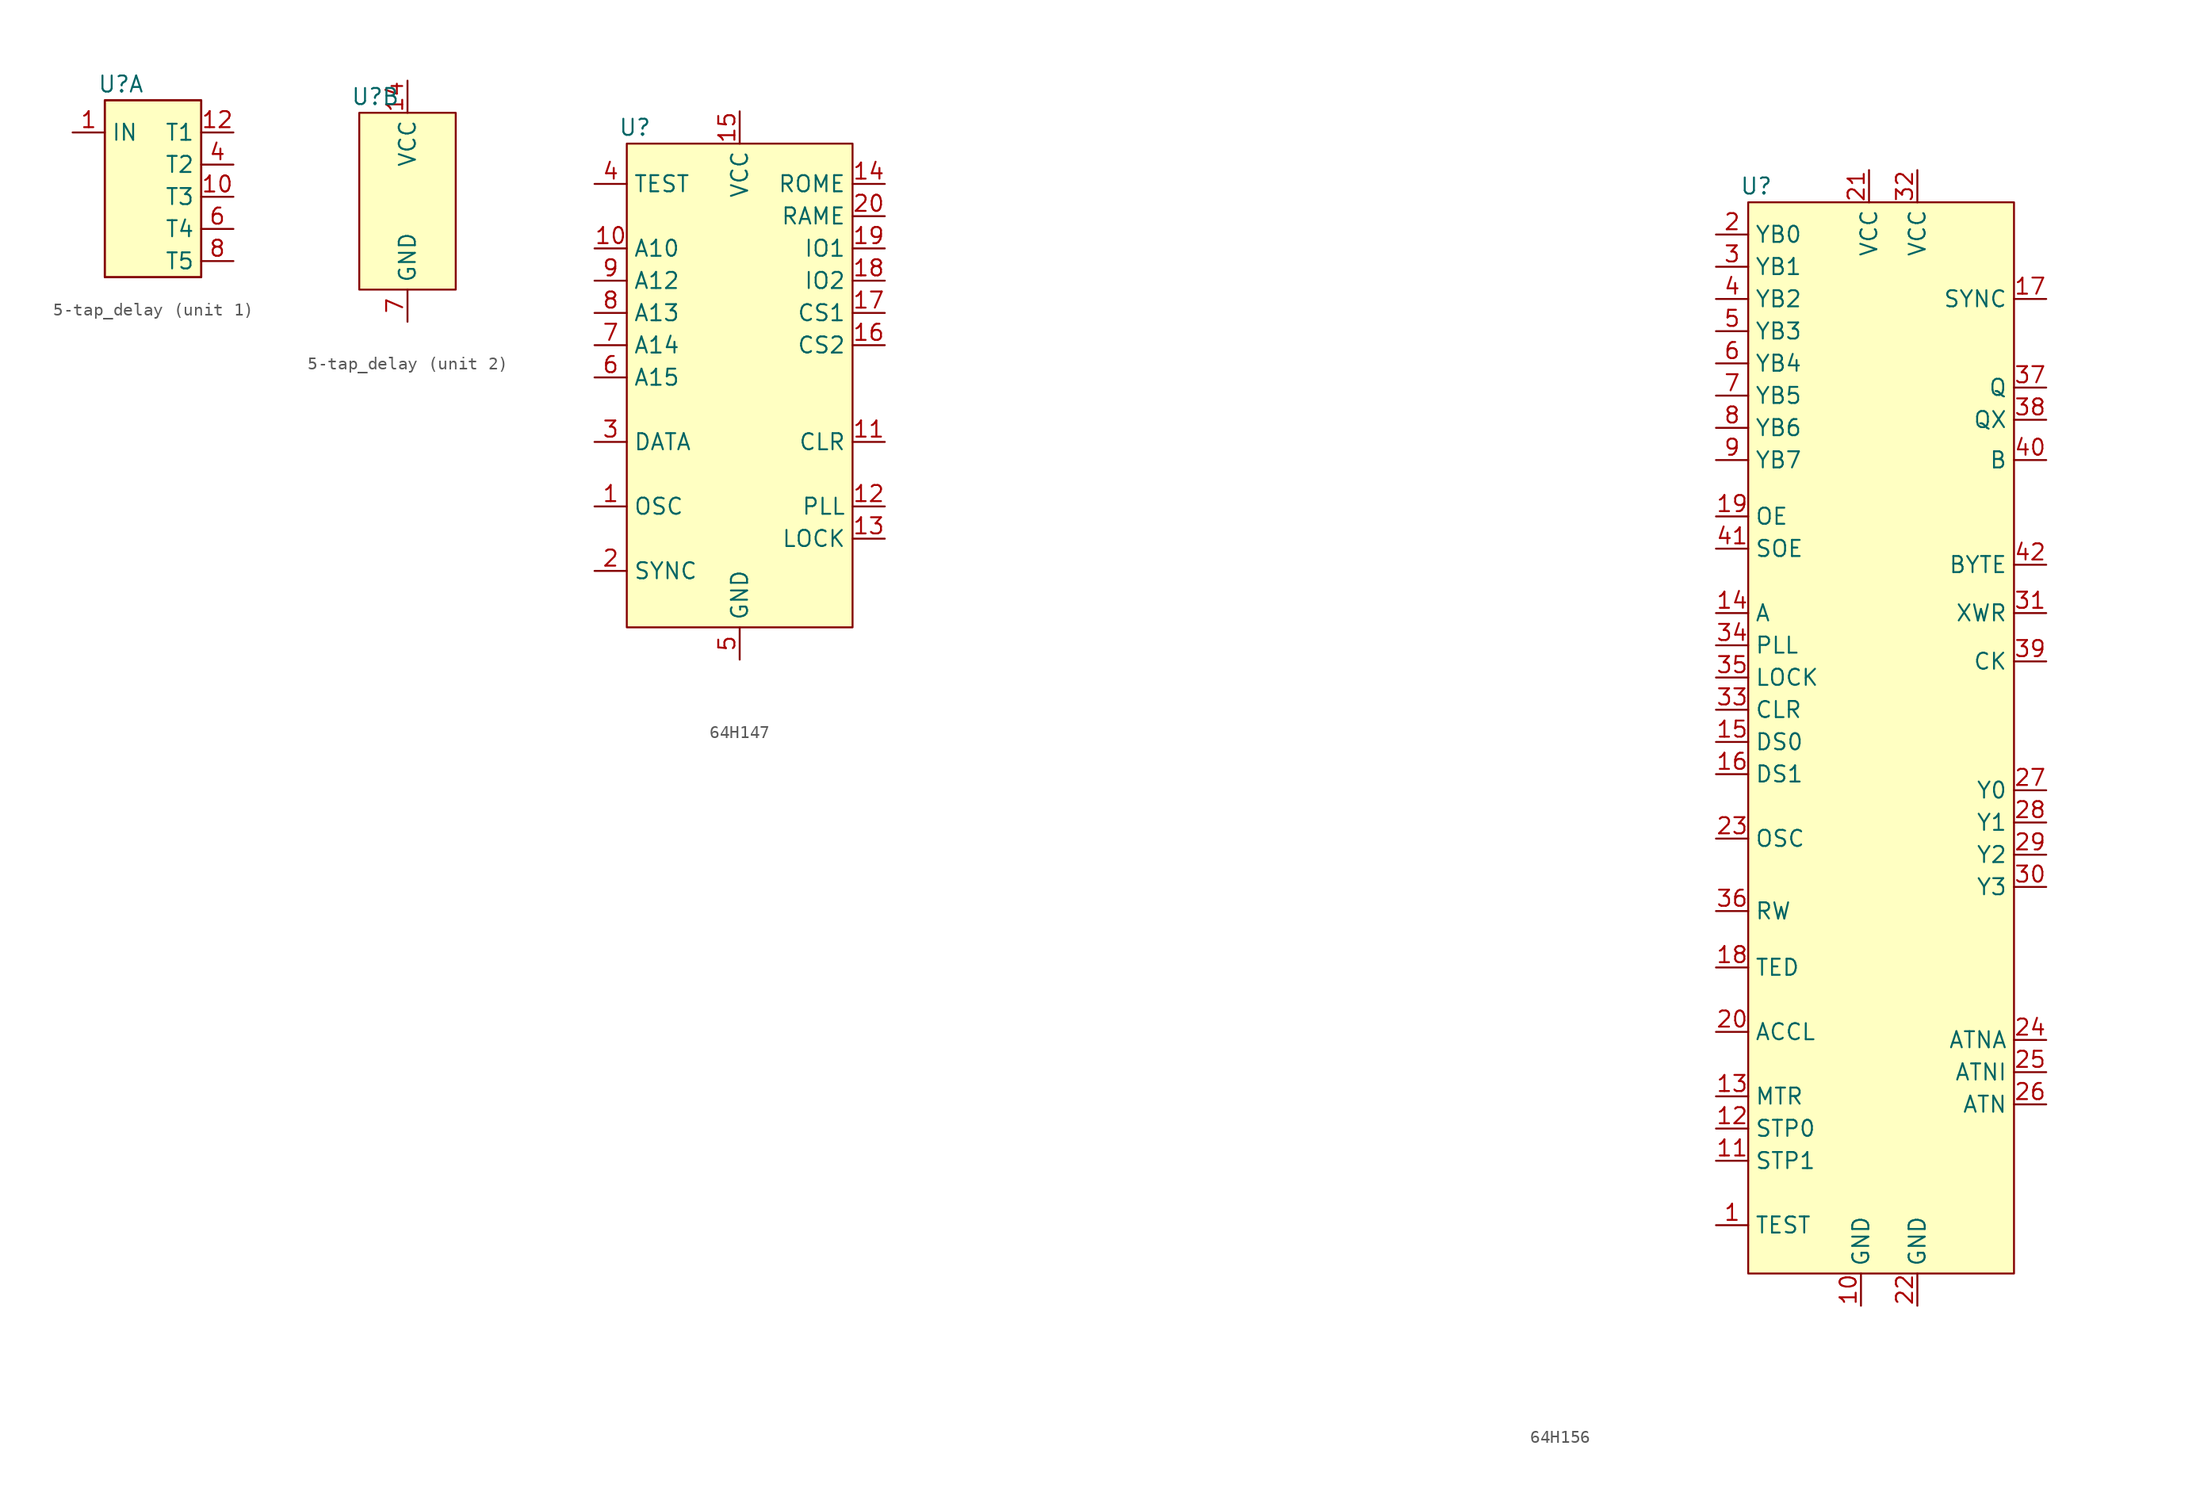
<source format=kicad_sym>
(kicad_symbol_lib
  (version 20220914)
  (generator kicad_symbol_editor)
  (symbol "5-tap_delay"
    (property "Reference" "U"
      (at -2.54 8.89 0)
      (effects (font (size 1.27 1.27))))
    (property "Value" ""
      (at 0 0 0)
      (effects (font (size 1.27 1.27))))
    (property "ki_locked" ""
      (at 0 0 0)
      (effects (font (size 1.27 1.27))))
    (symbol "5-tap_delay_0_1"
      (rectangle (start -3.81 7.62) (end 3.81 -6.35) (stroke (width 0) (type default)) (fill (type background))))
    (symbol "5-tap_delay_1_0"
      (pin passive line (at -6.35 5.08 0) (length 2.54) (name "IN" (effects (font (size 1.27 1.27)))) (number "1" (effects (font (size 1.27 1.27)))))
      (pin passive line (at 6.35 0 180) (length 2.54) (name "T3" (effects (font (size 1.27 1.27)))) (number "10" (effects (font (size 1.27 1.27)))))
      (pin no_connect line (at -6.35 -2.54 0) (length 2.54) hide (name "NC" (effects (font (size 1.27 1.27)))) (number "11" (effects (font (size 1.27 1.27)))))
      (pin passive line (at 6.35 5.08 180) (length 2.54) (name "T1" (effects (font (size 1.27 1.27)))) (number "12" (effects (font (size 1.27 1.27)))))
      (pin no_connect line (at -6.35 -2.54 0) (length 2.54) hide (name "NC" (effects (font (size 1.27 1.27)))) (number "13" (effects (font (size 1.27 1.27)))))
      (pin no_connect line (at -6.35 -2.54 0) (length 2.54) hide (name "NC" (effects (font (size 1.27 1.27)))) (number "2" (effects (font (size 1.27 1.27)))))
      (pin no_connect line (at -6.35 -2.54 0) (length 2.54) hide (name "NC" (effects (font (size 1.27 1.27)))) (number "3" (effects (font (size 1.27 1.27)))))
      (pin passive line (at 6.35 2.54 180) (length 2.54) (name "T2" (effects (font (size 1.27 1.27)))) (number "4" (effects (font (size 1.27 1.27)))))
      (pin no_connect line (at -6.35 -2.54 0) (length 2.54) hide (name "NC" (effects (font (size 1.27 1.27)))) (number "5" (effects (font (size 1.27 1.27)))))
      (pin passive line (at 6.35 -2.54 180) (length 2.54) (name "T4" (effects (font (size 1.27 1.27)))) (number "6" (effects (font (size 1.27 1.27)))))
      (pin passive line (at 6.35 -5.08 180) (length 2.54) (name "T5" (effects (font (size 1.27 1.27)))) (number "8" (effects (font (size 1.27 1.27)))))
      (pin no_connect line (at -6.35 -2.54 0) (length 2.54) hide (name "NC" (effects (font (size 1.27 1.27)))) (number "9" (effects (font (size 1.27 1.27))))))
    (symbol "5-tap_delay_1_1"
      (rectangle (start -3.81 7.62) (end 3.81 -6.35) (stroke (width 0) (type default)) (fill (type background))))
    (symbol "5-tap_delay_2_0"
      (pin power_in line (at 0 10.16 270) (length 2.54) (name "VCC" (effects (font (size 1.27 1.27)))) (number "14" (effects (font (size 1.27 1.27)))))
      (pin power_in line (at 0 -8.89 90) (length 2.54) (name "GND" (effects (font (size 1.27 1.27)))) (number "7" (effects (font (size 1.27 1.27)))))))
  (symbol "64H147"
    (property "Reference" "U"
      (at -8.255 23.495 0)
      (effects (font (size 1.27 1.27))))
    (property "Value" ""
      (at 0 0 0)
      (effects (font (size 1.27 1.27))))
    (symbol "64H147_1_0"
      (pin input line (at -11.43 -6.35 0) (length 2.54) (name "OSC" (effects (font (size 1.27 1.27)))) (number "1" (effects (font (size 1.27 1.27)))))
      (pin input line (at -11.43 13.97 0) (length 2.54) (name "A10" (effects (font (size 1.27 1.27)))) (number "10" (effects (font (size 1.27 1.27)))))
      (pin output line (at 11.43 -1.27 180) (length 2.54) (name "CLR" (effects (font (size 1.27 1.27)))) (number "11" (effects (font (size 1.27 1.27)))))
      (pin output line (at 11.43 -6.35 180) (length 2.54) (name "PLL" (effects (font (size 1.27 1.27)))) (number "12" (effects (font (size 1.27 1.27)))))
      (pin output line (at 11.43 -8.89 180) (length 2.54) (name "LOCK" (effects (font (size 1.27 1.27)))) (number "13" (effects (font (size 1.27 1.27)))))
      (pin output line (at 11.43 19.05 180) (length 2.54) (name "ROME" (effects (font (size 1.27 1.27)))) (number "14" (effects (font (size 1.27 1.27)))))
      (pin power_in line (at 0 24.765 270) (length 2.54) (name "VCC" (effects (font (size 1.27 1.27)))) (number "15" (effects (font (size 1.27 1.27)))))
      (pin output line (at 11.43 6.35 180) (length 2.54) (name "CS2" (effects (font (size 1.27 1.27)))) (number "16" (effects (font (size 1.27 1.27)))))
      (pin output line (at 11.43 8.89 180) (length 2.54) (name "CS1" (effects (font (size 1.27 1.27)))) (number "17" (effects (font (size 1.27 1.27)))))
      (pin output line (at 11.43 11.43 180) (length 2.54) (name "IO2" (effects (font (size 1.27 1.27)))) (number "18" (effects (font (size 1.27 1.27)))))
      (pin output line (at 11.43 13.97 180) (length 2.54) (name "IO1" (effects (font (size 1.27 1.27)))) (number "19" (effects (font (size 1.27 1.27)))))
      (pin input line (at -11.43 -11.43 0) (length 2.54) (name "SYNC" (effects (font (size 1.27 1.27)))) (number "2" (effects (font (size 1.27 1.27)))))
      (pin output line (at 11.43 16.51 180) (length 2.54) (name "RAME" (effects (font (size 1.27 1.27)))) (number "20" (effects (font (size 1.27 1.27)))))
      (pin input line (at -11.43 -1.27 0) (length 2.54) (name "DATA" (effects (font (size 1.27 1.27)))) (number "3" (effects (font (size 1.27 1.27)))))
      (pin input line (at -11.43 19.05 0) (length 2.54) (name "TEST" (effects (font (size 1.27 1.27)))) (number "4" (effects (font (size 1.27 1.27)))))
      (pin power_in line (at 0 -18.415 90) (length 2.54) (name "GND" (effects (font (size 1.27 1.27)))) (number "5" (effects (font (size 1.27 1.27)))))
      (pin input line (at -11.43 3.81 0) (length 2.54) (name "A15" (effects (font (size 1.27 1.27)))) (number "6" (effects (font (size 1.27 1.27)))))
      (pin input line (at -11.43 6.35 0) (length 2.54) (name "A14" (effects (font (size 1.27 1.27)))) (number "7" (effects (font (size 1.27 1.27)))))
      (pin input line (at -11.43 8.89 0) (length 2.54) (name "A13" (effects (font (size 1.27 1.27)))) (number "8" (effects (font (size 1.27 1.27)))))
      (pin input line (at -11.43 11.43 0) (length 2.54) (name "A12" (effects (font (size 1.27 1.27)))) (number "9" (effects (font (size 1.27 1.27))))))
    (symbol "64H147_1_1"
      (rectangle (start -8.89 22.225) (end 8.89 -15.875) (stroke (width 0) (type default)) (fill (type background)))))
  (symbol "64H156"
    (property "Reference" "U"
      (at -10.16 48.895 0)
      (effects (font (size 1.27 1.27))))
    (property "Value" ""
      (at -64.135 43.815 0)
      (effects (font (size 1.27 1.27))))
    (symbol "64H156_1_0"
      (pin input line (at -13.335 -33.02 0) (length 2.54) (name "TEST" (effects (font (size 1.27 1.27)))) (number "1" (effects (font (size 1.27 1.27)))))
      (pin power_in line (at -1.905 -39.37 90) (length 2.54) (name "GND" (effects (font (size 1.27 1.27)))) (number "10" (effects (font (size 1.27 1.27)))))
      (pin input line (at -13.335 -27.94 0) (length 2.54) (name "STP1" (effects (font (size 1.27 1.27)))) (number "11" (effects (font (size 1.27 1.27)))))
      (pin input line (at -13.335 -25.4 0) (length 2.54) (name "STP0" (effects (font (size 1.27 1.27)))) (number "12" (effects (font (size 1.27 1.27)))))
      (pin input line (at -13.335 -22.86 0) (length 2.54) (name "MTR" (effects (font (size 1.27 1.27)))) (number "13" (effects (font (size 1.27 1.27)))))
      (pin input line (at -13.335 15.24 0) (length 2.54) (name "A" (effects (font (size 1.27 1.27)))) (number "14" (effects (font (size 1.27 1.27)))))
      (pin input line (at -13.335 5.08 0) (length 2.54) (name "DS0" (effects (font (size 1.27 1.27)))) (number "15" (effects (font (size 1.27 1.27)))))
      (pin input line (at -13.335 2.54 0) (length 2.54) (name "DS1" (effects (font (size 1.27 1.27)))) (number "16" (effects (font (size 1.27 1.27)))))
      (pin output line (at 12.7 40.005 180) (length 2.54) (name "SYNC" (effects (font (size 1.27 1.27)))) (number "17" (effects (font (size 1.27 1.27)))))
      (pin input line (at -13.335 -12.7 0) (length 2.54) (name "TED" (effects (font (size 1.27 1.27)))) (number "18" (effects (font (size 1.27 1.27)))))
      (pin input line (at -13.335 22.86 0) (length 2.54) (name "OE" (effects (font (size 1.27 1.27)))) (number "19" (effects (font (size 1.27 1.27)))))
      (pin tri_state line (at -13.335 45.085 0) (length 2.54) (name "YB0" (effects (font (size 1.27 1.27)))) (number "2" (effects (font (size 1.27 1.27)))))
      (pin input line (at -13.335 -17.78 0) (length 2.54) (name "ACCL" (effects (font (size 1.27 1.27)))) (number "20" (effects (font (size 1.27 1.27)))))
      (pin power_in line (at -1.27 50.165 270) (length 2.54) (name "VCC" (effects (font (size 1.27 1.27)))) (number "21" (effects (font (size 1.27 1.27)))))
      (pin power_in line (at 2.54 -39.37 90) (length 2.54) (name "GND" (effects (font (size 1.27 1.27)))) (number "22" (effects (font (size 1.27 1.27)))))
      (pin input line (at -13.335 -2.54 0) (length 2.54) (name "OSC" (effects (font (size 1.27 1.27)))) (number "23" (effects (font (size 1.27 1.27)))))
      (pin input line (at 12.7 -18.415 180) (length 2.54) (name "ATNA" (effects (font (size 1.27 1.27)))) (number "24" (effects (font (size 1.27 1.27)))))
      (pin input line (at 12.7 -20.955 180) (length 2.54) (name "ATNI" (effects (font (size 1.27 1.27)))) (number "25" (effects (font (size 1.27 1.27)))))
      (pin input line (at 12.7 -23.495 180) (length 2.54) (name "ATN" (effects (font (size 1.27 1.27)))) (number "26" (effects (font (size 1.27 1.27)))))
      (pin output line (at 12.7 1.27 180) (length 2.54) (name "Y0" (effects (font (size 1.27 1.27)))) (number "27" (effects (font (size 1.27 1.27)))))
      (pin output line (at 12.7 -1.27 180) (length 2.54) (name "Y1" (effects (font (size 1.27 1.27)))) (number "28" (effects (font (size 1.27 1.27)))))
      (pin output line (at 12.7 -3.81 180) (length 2.54) (name "Y2" (effects (font (size 1.27 1.27)))) (number "29" (effects (font (size 1.27 1.27)))))
      (pin tri_state line (at -13.335 42.545 0) (length 2.54) (name "YB1" (effects (font (size 1.27 1.27)))) (number "3" (effects (font (size 1.27 1.27)))))
      (pin output line (at 12.7 -6.35 180) (length 2.54) (name "Y3" (effects (font (size 1.27 1.27)))) (number "30" (effects (font (size 1.27 1.27)))))
      (pin input line (at 12.7 15.24 180) (length 2.54) (name "XWR" (effects (font (size 1.27 1.27)))) (number "31" (effects (font (size 1.27 1.27)))))
      (pin power_in line (at 2.54 50.165 270) (length 2.54) (name "VCC" (effects (font (size 1.27 1.27)))) (number "32" (effects (font (size 1.27 1.27)))))
      (pin input line (at -13.335 7.62 0) (length 2.54) (name "CLR" (effects (font (size 1.27 1.27)))) (number "33" (effects (font (size 1.27 1.27)))))
      (pin input line (at -13.335 12.7 0) (length 2.54) (name "PLL" (effects (font (size 1.27 1.27)))) (number "34" (effects (font (size 1.27 1.27)))))
      (pin input line (at -13.335 10.16 0) (length 2.54) (name "LOCK" (effects (font (size 1.27 1.27)))) (number "35" (effects (font (size 1.27 1.27)))))
      (pin input line (at -13.335 -8.255 0) (length 2.54) (name "RW" (effects (font (size 1.27 1.27)))) (number "36" (effects (font (size 1.27 1.27)))))
      (pin output line (at 12.7 33.02 180) (length 2.54) (name "Q" (effects (font (size 1.27 1.27)))) (number "37" (effects (font (size 1.27 1.27)))))
      (pin output line (at 12.7 30.48 180) (length 2.54) (name "QX" (effects (font (size 1.27 1.27)))) (number "38" (effects (font (size 1.27 1.27)))))
      (pin output line (at 12.7 11.43 180) (length 2.54) (name "CK" (effects (font (size 1.27 1.27)))) (number "39" (effects (font (size 1.27 1.27)))))
      (pin tri_state line (at -13.335 40.005 0) (length 2.54) (name "YB2" (effects (font (size 1.27 1.27)))) (number "4" (effects (font (size 1.27 1.27)))))
      (pin output line (at 12.7 27.305 180) (length 2.54) (name "B" (effects (font (size 1.27 1.27)))) (number "40" (effects (font (size 1.27 1.27)))))
      (pin input line (at -13.335 20.32 0) (length 2.54) (name "SOE" (effects (font (size 1.27 1.27)))) (number "41" (effects (font (size 1.27 1.27)))))
      (pin output line (at 12.7 19.05 180) (length 2.54) (name "BYTE" (effects (font (size 1.27 1.27)))) (number "42" (effects (font (size 1.27 1.27)))))
      (pin tri_state line (at -13.335 37.465 0) (length 2.54) (name "YB3" (effects (font (size 1.27 1.27)))) (number "5" (effects (font (size 1.27 1.27)))))
      (pin tri_state line (at -13.335 34.925 0) (length 2.54) (name "YB4" (effects (font (size 1.27 1.27)))) (number "6" (effects (font (size 1.27 1.27)))))
      (pin tri_state line (at -13.335 32.385 0) (length 2.54) (name "YB5" (effects (font (size 1.27 1.27)))) (number "7" (effects (font (size 1.27 1.27)))))
      (pin tri_state line (at -13.335 29.845 0) (length 2.54) (name "YB6" (effects (font (size 1.27 1.27)))) (number "8" (effects (font (size 1.27 1.27)))))
      (pin tri_state line (at -13.335 27.305 0) (length 2.54) (name "YB7" (effects (font (size 1.27 1.27)))) (number "9" (effects (font (size 1.27 1.27))))))
    (symbol "64H156_1_1"
      (rectangle (start -10.795 47.625) (end 10.16 -36.83) (stroke (width 0) (type default)) (fill (type background))))))
</source>
